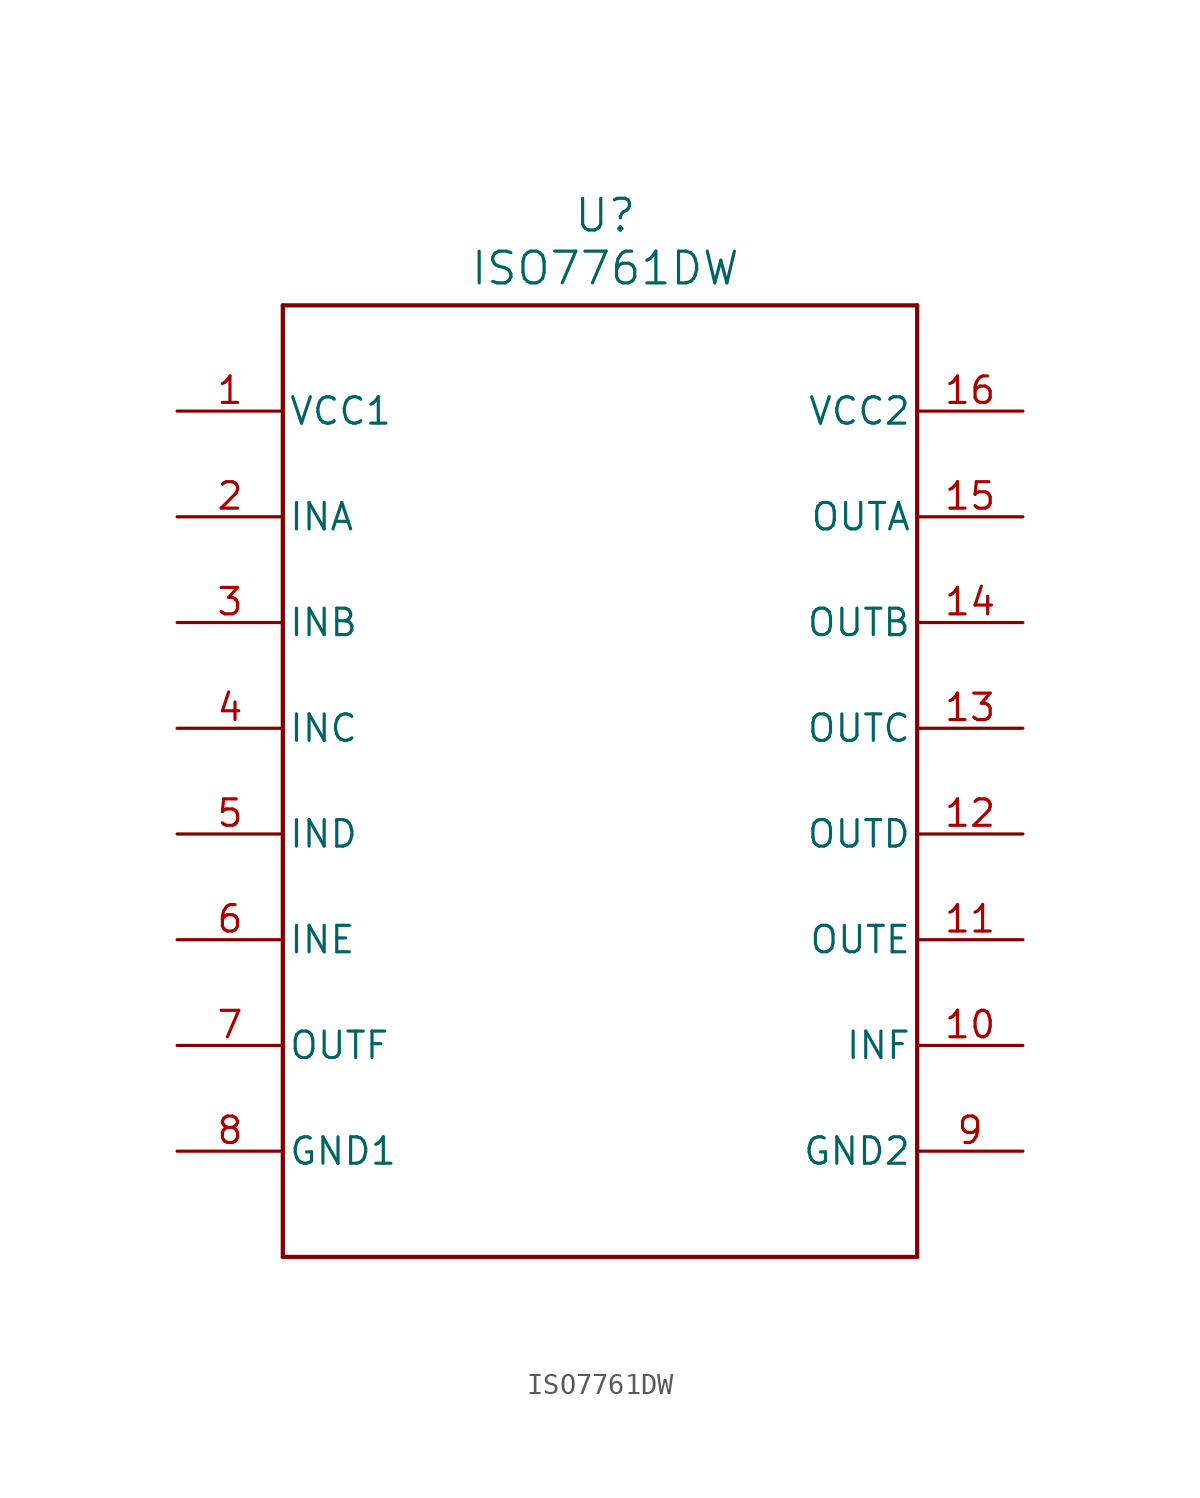
<source format=kicad_sym>
(kicad_symbol_lib
  (version 20241209)
  (generator "kicad_symbol_editor")
  (generator_version "9.0")
  (symbol "ISO7761DW"
    (pin_names
      (offset 0.254))
    (property "Reference" "U"
      (at 0.254 27.178 0)
      (effects (font (size 1.524 1.524))))
    (property "Value" "ISO7761DW"
      (at 0.254 24.638 0)
      (effects (font (size 1.524 1.524))))
    (symbol "ISO7761DW_0_1"
      (polyline (pts (xy -15.24 22.86) (xy -15.24 -22.86)) (stroke (width 0.203) (type default)) (fill (type none)))
      (polyline (pts (xy -15.24 -22.86) (xy 15.24 -22.86)) (stroke (width 0.203) (type default)) (fill (type none)))
      (polyline (pts (xy 15.24 22.86) (xy -15.24 22.86)) (stroke (width 0.203) (type default)) (fill (type none)))
      (polyline (pts (xy 15.24 -22.86) (xy 15.24 22.86)) (stroke (width 0.203) (type default)) (fill (type none)))
      (pin power_in line (at -20.32 17.78 0) (length 5.08) (name "VCC1" (effects (font (size 1.27 1.27)))) (number "1" (effects (font (size 1.27 1.27)))))
      (pin input line (at -20.32 12.7 0) (length 5.08) (name "INA" (effects (font (size 1.27 1.27)))) (number "2" (effects (font (size 1.27 1.27)))))
      (pin input line (at -20.32 7.62 0) (length 5.08) (name "INB" (effects (font (size 1.27 1.27)))) (number "3" (effects (font (size 1.27 1.27)))))
      (pin input line (at -20.32 2.54 0) (length 5.08) (name "INC" (effects (font (size 1.27 1.27)))) (number "4" (effects (font (size 1.27 1.27)))))
      (pin input line (at -20.32 -2.54 0) (length 5.08) (name "IND" (effects (font (size 1.27 1.27)))) (number "5" (effects (font (size 1.27 1.27)))))
      (pin input line (at -20.32 -7.62 0) (length 5.08) (name "INE" (effects (font (size 1.27 1.27)))) (number "6" (effects (font (size 1.27 1.27)))))
      (pin output line (at -20.32 -12.7 0) (length 5.08) (name "OUTF" (effects (font (size 1.27 1.27)))) (number "7" (effects (font (size 1.27 1.27)))))
      (pin power_in line (at -20.32 -17.78 0) (length 5.08) (name "GND1" (effects (font (size 1.27 1.27)))) (number "8" (effects (font (size 1.27 1.27)))))
      (pin power_in line (at 20.32 17.78 180) (length 5.08) (name "VCC2" (effects (font (size 1.27 1.27)))) (number "16" (effects (font (size 1.27 1.27)))))
      (pin output line (at 20.32 12.7 180) (length 5.08) (name "OUTA" (effects (font (size 1.27 1.27)))) (number "15" (effects (font (size 1.27 1.27)))))
      (pin output line (at 20.32 7.62 180) (length 5.08) (name "OUTB" (effects (font (size 1.27 1.27)))) (number "14" (effects (font (size 1.27 1.27)))))
      (pin output line (at 20.32 2.54 180) (length 5.08) (name "OUTC" (effects (font (size 1.27 1.27)))) (number "13" (effects (font (size 1.27 1.27)))))
      (pin output line (at 20.32 -2.54 180) (length 5.08) (name "OUTD" (effects (font (size 1.27 1.27)))) (number "12" (effects (font (size 1.27 1.27)))))
      (pin output line (at 20.32 -7.62 180) (length 5.08) (name "OUTE" (effects (font (size 1.27 1.27)))) (number "11" (effects (font (size 1.27 1.27)))))
      (pin input line (at 20.32 -12.7 180) (length 5.08) (name "INF" (effects (font (size 1.27 1.27)))) (number "10" (effects (font (size 1.27 1.27)))))
      (pin power_in line (at 20.32 -17.78 180) (length 5.08) (name "GND2" (effects (font (size 1.27 1.27)))) (number "9" (effects (font (size 1.27 1.27))))))))
</source>
